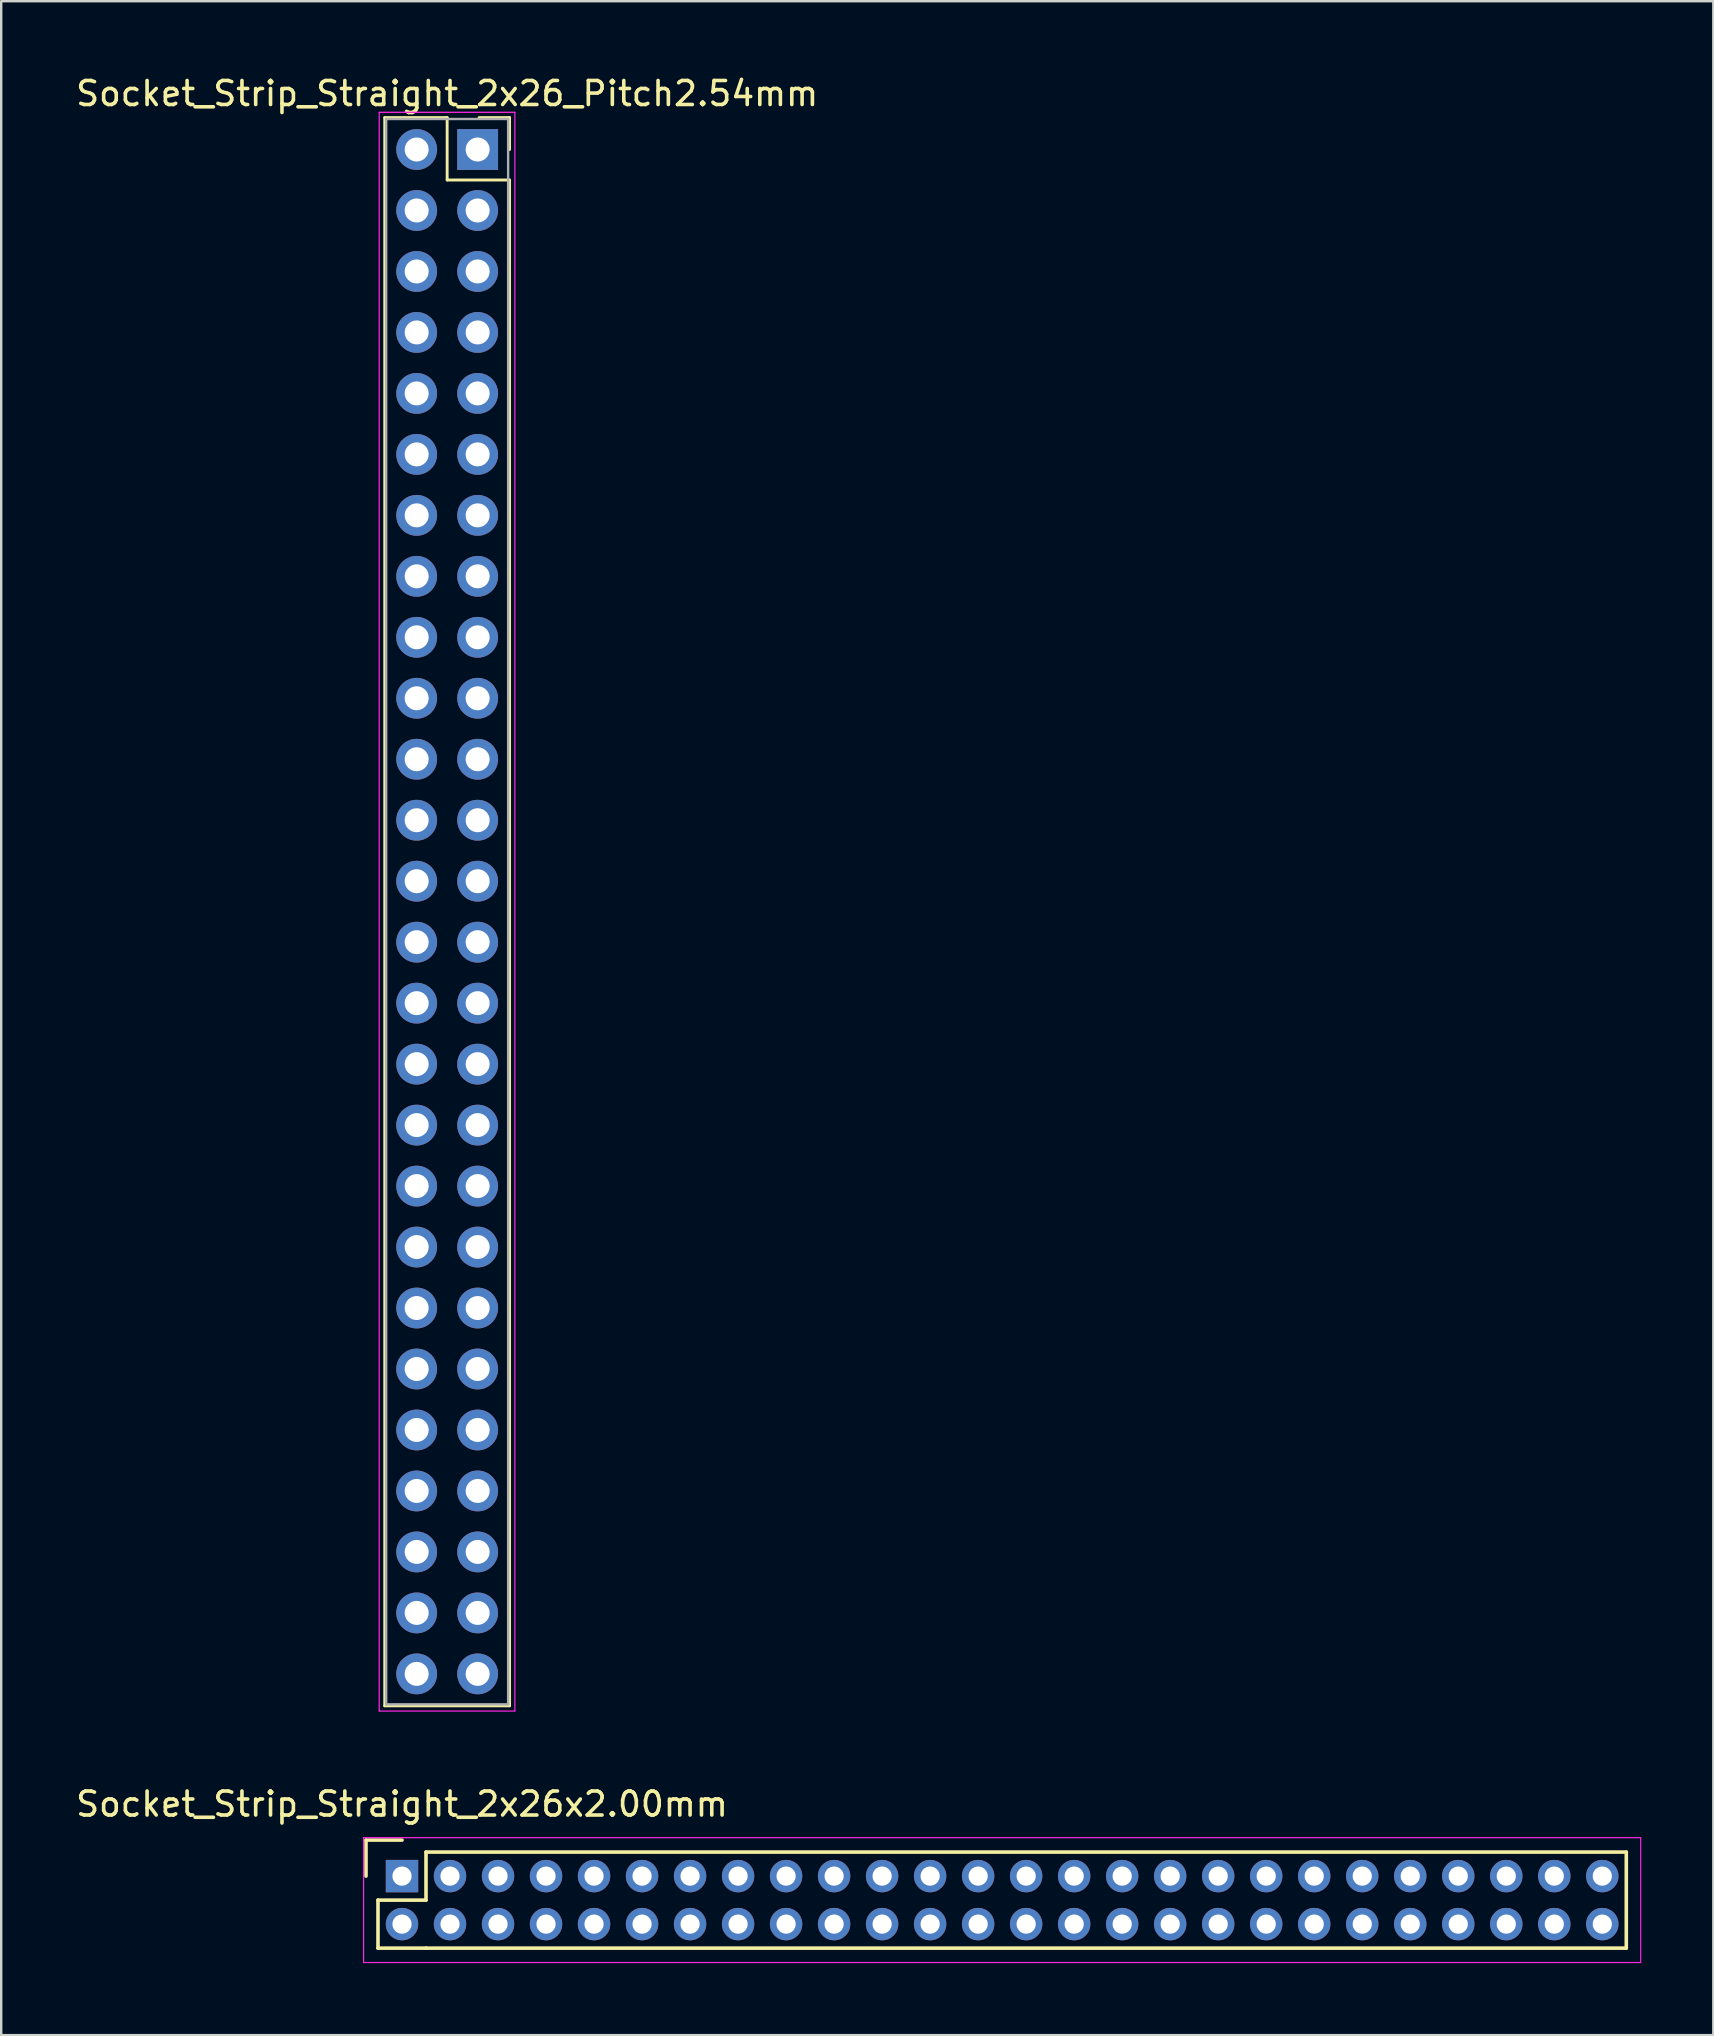
<source format=kicad_pcb>
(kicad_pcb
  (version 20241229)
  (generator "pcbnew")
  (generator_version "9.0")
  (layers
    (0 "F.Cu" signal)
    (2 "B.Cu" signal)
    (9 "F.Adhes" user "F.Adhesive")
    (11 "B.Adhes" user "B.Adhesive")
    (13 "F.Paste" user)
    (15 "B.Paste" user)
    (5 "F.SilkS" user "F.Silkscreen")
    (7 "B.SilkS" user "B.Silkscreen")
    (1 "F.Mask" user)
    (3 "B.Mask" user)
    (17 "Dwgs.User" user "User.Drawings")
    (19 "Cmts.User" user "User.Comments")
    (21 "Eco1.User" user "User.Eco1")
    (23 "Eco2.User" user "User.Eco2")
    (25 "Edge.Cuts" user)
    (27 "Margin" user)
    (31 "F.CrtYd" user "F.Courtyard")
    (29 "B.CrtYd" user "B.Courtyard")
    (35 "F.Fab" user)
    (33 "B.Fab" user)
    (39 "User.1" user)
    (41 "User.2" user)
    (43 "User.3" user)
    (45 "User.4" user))
  (footprint "Socket_Strip_Straight_2x26x2.00mm"
    (layer "F.Cu")
    (at 13.696 75.102)
    (property "Reference" "Socket_Strip_Straight_2x26x2.00mm" (at 0 -3 0) (layer "F.SilkS") (effects (font (size 1 1) (thickness 0.15))))
    (attr through_hole)
    (fp_line (start -1.5 -1.5) (end -1.5 0) (stroke (width 0.15) (type solid)) (layer "F.SilkS"))
    (fp_line (start -1 1) (end -1 3) (stroke (width 0.15) (type solid)) (layer "F.SilkS"))
    (fp_line (start -1 3) (end 1 3) (stroke (width 0.15) (type solid)) (layer "F.SilkS"))
    (fp_line (start 0 -1.5) (end -1.5 -1.5) (stroke (width 0.15) (type solid)) (layer "F.SilkS"))
    (fp_line (start 1 -1) (end 1 1) (stroke (width 0.15) (type solid)) (layer "F.SilkS"))
    (fp_line (start 1 1) (end -1 1) (stroke (width 0.15) (type solid)) (layer "F.SilkS"))
    (fp_line (start 1 3) (end 51 3) (stroke (width 0.15) (type solid)) (layer "F.SilkS"))
    (fp_line (start 51 -1) (end 1 -1) (stroke (width 0.15) (type solid)) (layer "F.SilkS"))
    (fp_line (start 51 3) (end 51 -1) (stroke (width 0.15) (type solid)) (layer "F.SilkS"))
    (fp_line (start -1.6 -1.6) (end -1.6 3.6) (stroke (width 0.05) (type solid)) (layer "F.CrtYd"))
    (fp_line (start -1.6 3.6) (end 51.6 3.6) (stroke (width 0.05) (type solid)) (layer "F.CrtYd"))
    (fp_line (start 51.6 -1.6) (end -1.6 -1.6) (stroke (width 0.05) (type solid)) (layer "F.CrtYd"))
    (fp_line (start 51.6 3.6) (end 51.6 -1.6) (stroke (width 0.05) (type solid)) (layer "F.CrtYd"))
    (pad "1" thru_hole rect (at 0 0) (size 1.35 1.35) (drill 0.8) (layers "*.Cu" "*.Mask"))
    (pad "2" thru_hole circle (at 0 2) (size 1.35 1.35) (drill 0.8) (layers "*.Cu" "*.Mask"))
    (pad "3" thru_hole circle (at 2 0) (size 1.35 1.35) (drill 0.8) (layers "*.Cu" "*.Mask"))
    (pad "4" thru_hole circle (at 2 2) (size 1.35 1.35) (drill 0.8) (layers "*.Cu" "*.Mask"))
    (pad "5" thru_hole circle (at 4 0) (size 1.35 1.35) (drill 0.8) (layers "*.Cu" "*.Mask"))
    (pad "6" thru_hole circle (at 4 2) (size 1.35 1.35) (drill 0.8) (layers "*.Cu" "*.Mask"))
    (pad "7" thru_hole circle (at 6 0) (size 1.35 1.35) (drill 0.8) (layers "*.Cu" "*.Mask"))
    (pad "8" thru_hole circle (at 6 2) (size 1.35 1.35) (drill 0.8) (layers "*.Cu" "*.Mask"))
    (pad "9" thru_hole circle (at 8 0) (size 1.35 1.35) (drill 0.8) (layers "*.Cu" "*.Mask"))
    (pad "10" thru_hole circle (at 8 2) (size 1.35 1.35) (drill 0.8) (layers "*.Cu" "*.Mask"))
    (pad "11" thru_hole circle (at 10 0) (size 1.35 1.35) (drill 0.8) (layers "*.Cu" "*.Mask"))
    (pad "12" thru_hole circle (at 10 2) (size 1.35 1.35) (drill 0.8) (layers "*.Cu" "*.Mask"))
    (pad "13" thru_hole circle (at 12 0) (size 1.35 1.35) (drill 0.8) (layers "*.Cu" "*.Mask"))
    (pad "14" thru_hole circle (at 12 2) (size 1.35 1.35) (drill 0.8) (layers "*.Cu" "*.Mask"))
    (pad "15" thru_hole circle (at 14 0) (size 1.35 1.35) (drill 0.8) (layers "*.Cu" "*.Mask"))
    (pad "16" thru_hole circle (at 14 2) (size 1.35 1.35) (drill 0.8) (layers "*.Cu" "*.Mask"))
    (pad "17" thru_hole circle (at 16 0) (size 1.35 1.35) (drill 0.8) (layers "*.Cu" "*.Mask"))
    (pad "18" thru_hole circle (at 16 2) (size 1.35 1.35) (drill 0.8) (layers "*.Cu" "*.Mask"))
    (pad "19" thru_hole circle (at 18 0) (size 1.35 1.35) (drill 0.8) (layers "*.Cu" "*.Mask"))
    (pad "20" thru_hole circle (at 18 2) (size 1.35 1.35) (drill 0.8) (layers "*.Cu" "*.Mask"))
    (pad "21" thru_hole circle (at 20 0) (size 1.35 1.35) (drill 0.8) (layers "*.Cu" "*.Mask"))
    (pad "22" thru_hole circle (at 20 2) (size 1.35 1.35) (drill 0.8) (layers "*.Cu" "*.Mask"))
    (pad "23" thru_hole circle (at 22 0) (size 1.35 1.35) (drill 0.8) (layers "*.Cu" "*.Mask"))
    (pad "24" thru_hole circle (at 22 2) (size 1.35 1.35) (drill 0.8) (layers "*.Cu" "*.Mask"))
    (pad "25" thru_hole circle (at 24 0) (size 1.35 1.35) (drill 0.8) (layers "*.Cu" "*.Mask"))
    (pad "26" thru_hole circle (at 24 2) (size 1.35 1.35) (drill 0.8) (layers "*.Cu" "*.Mask"))
    (pad "27" thru_hole circle (at 26 0) (size 1.35 1.35) (drill 0.8) (layers "*.Cu" "*.Mask"))
    (pad "28" thru_hole circle (at 26 2) (size 1.35 1.35) (drill 0.8) (layers "*.Cu" "*.Mask"))
    (pad "29" thru_hole circle (at 28 0) (size 1.35 1.35) (drill 0.8) (layers "*.Cu" "*.Mask"))
    (pad "30" thru_hole circle (at 28 2) (size 1.35 1.35) (drill 0.8) (layers "*.Cu" "*.Mask"))
    (pad "31" thru_hole circle (at 30 0) (size 1.35 1.35) (drill 0.8) (layers "*.Cu" "*.Mask"))
    (pad "32" thru_hole circle (at 30 2) (size 1.35 1.35) (drill 0.8) (layers "*.Cu" "*.Mask"))
    (pad "33" thru_hole circle (at 32 0) (size 1.35 1.35) (drill 0.8) (layers "*.Cu" "*.Mask"))
    (pad "34" thru_hole circle (at 32 2) (size 1.35 1.35) (drill 0.8) (layers "*.Cu" "*.Mask"))
    (pad "35" thru_hole circle (at 34 0) (size 1.35 1.35) (drill 0.8) (layers "*.Cu" "*.Mask"))
    (pad "36" thru_hole circle (at 34 2) (size 1.35 1.35) (drill 0.8) (layers "*.Cu" "*.Mask"))
    (pad "37" thru_hole circle (at 36 0) (size 1.35 1.35) (drill 0.8) (layers "*.Cu" "*.Mask"))
    (pad "38" thru_hole circle (at 36 2) (size 1.35 1.35) (drill 0.8) (layers "*.Cu" "*.Mask"))
    (pad "39" thru_hole circle (at 38 0) (size 1.35 1.35) (drill 0.8) (layers "*.Cu" "*.Mask"))
    (pad "40" thru_hole circle (at 38 2) (size 1.35 1.35) (drill 0.8) (layers "*.Cu" "*.Mask"))
    (pad "41" thru_hole circle (at 40 0) (size 1.35 1.35) (drill 0.8) (layers "*.Cu" "*.Mask"))
    (pad "42" thru_hole circle (at 40 2) (size 1.35 1.35) (drill 0.8) (layers "*.Cu" "*.Mask"))
    (pad "43" thru_hole circle (at 42 0) (size 1.35 1.35) (drill 0.8) (layers "*.Cu" "*.Mask"))
    (pad "44" thru_hole circle (at 42 2) (size 1.35 1.35) (drill 0.8) (layers "*.Cu" "*.Mask"))
    (pad "45" thru_hole circle (at 44 0) (size 1.35 1.35) (drill 0.8) (layers "*.Cu" "*.Mask"))
    (pad "46" thru_hole circle (at 44 2) (size 1.35 1.35) (drill 0.8) (layers "*.Cu" "*.Mask"))
    (pad "47" thru_hole circle (at 46 0) (size 1.35 1.35) (drill 0.8) (layers "*.Cu" "*.Mask"))
    (pad "48" thru_hole circle (at 46 2) (size 1.35 1.35) (drill 0.8) (layers "*.Cu" "*.Mask"))
    (pad "49" thru_hole circle (at 48 0) (size 1.35 1.35) (drill 0.8) (layers "*.Cu" "*.Mask"))
    (pad "50" thru_hole circle (at 48 2) (size 1.35 1.35) (drill 0.8) (layers "*.Cu" "*.Mask"))
    (pad "51" thru_hole circle (at 50 0) (size 1.35 1.35) (drill 0.8) (layers "*.Cu" "*.Mask"))
    (pad "52" thru_hole circle (at 50 2) (size 1.35 1.35) (drill 0.8) (layers "*.Cu" "*.Mask")))
  (footprint "Socket_Strip_Straight_2x26_Pitch2.54mm"
    (layer "F.Cu")
    (at 16.847 3.178)
    (property "Reference" "Socket_Strip_Straight_2x26_Pitch2.54mm" (at -1.27 -2.33 0) (layer "F.SilkS") (effects (font (size 1 1) (thickness 0.15))))
    (attr through_hole)
    (fp_line (start -3.87 -1.33) (end -1.27 -1.33) (stroke (width 0.12) (type solid)) (layer "F.SilkS"))
    (fp_line (start -3.87 64.83) (end -3.87 -1.33) (stroke (width 0.12) (type solid)) (layer "F.SilkS"))
    (fp_line (start -1.27 -1.33) (end -1.27 1.27) (stroke (width 0.12) (type solid)) (layer "F.SilkS"))
    (fp_line (start -1.27 1.27) (end 1.33 1.27) (stroke (width 0.12) (type solid)) (layer "F.SilkS"))
    (fp_line (start 1.33 -1.33) (end 0.06 -1.33) (stroke (width 0.12) (type solid)) (layer "F.SilkS"))
    (fp_line (start 1.33 0) (end 1.33 -1.33) (stroke (width 0.12) (type solid)) (layer "F.SilkS"))
    (fp_line (start 1.33 1.27) (end 1.33 64.83) (stroke (width 0.12) (type solid)) (layer "F.SilkS"))
    (fp_line (start 1.33 64.83) (end -3.87 64.83) (stroke (width 0.12) (type solid)) (layer "F.SilkS"))
    (fp_line (start -4.1 -1.55) (end -4.1 65.05) (stroke (width 0.05) (type solid)) (layer "F.CrtYd"))
    (fp_line (start -4.1 65.05) (end 1.55 65.05) (stroke (width 0.05) (type solid)) (layer "F.CrtYd"))
    (fp_line (start 1.55 -1.55) (end -4.1 -1.55) (stroke (width 0.05) (type solid)) (layer "F.CrtYd"))
    (fp_line (start 1.55 65.05) (end 1.55 -1.55) (stroke (width 0.05) (type solid)) (layer "F.CrtYd"))
    (fp_line (start -3.81 -1.27) (end -3.81 64.77) (stroke (width 0.1) (type solid)) (layer "F.Fab"))
    (fp_line (start -3.81 64.77) (end 1.27 64.77) (stroke (width 0.1) (type solid)) (layer "F.Fab"))
    (fp_line (start 1.27 -1.27) (end -3.81 -1.27) (stroke (width 0.1) (type solid)) (layer "F.Fab"))
    (fp_line (start 1.27 64.77) (end 1.27 -1.27) (stroke (width 0.1) (type solid)) (layer "F.Fab"))
    (pad "1" thru_hole rect (at 0 0) (size 1.7 1.7) (drill 1) (layers "*.Cu" "*.Mask"))
    (pad "2" thru_hole oval (at -2.54 0) (size 1.7 1.7) (drill 1) (layers "*.Cu" "*.Mask"))
    (pad "3" thru_hole oval (at 0 2.54) (size 1.7 1.7) (drill 1) (layers "*.Cu" "*.Mask"))
    (pad "4" thru_hole oval (at -2.54 2.54) (size 1.7 1.7) (drill 1) (layers "*.Cu" "*.Mask"))
    (pad "5" thru_hole oval (at 0 5.08) (size 1.7 1.7) (drill 1) (layers "*.Cu" "*.Mask"))
    (pad "6" thru_hole oval (at -2.54 5.08) (size 1.7 1.7) (drill 1) (layers "*.Cu" "*.Mask"))
    (pad "7" thru_hole oval (at 0 7.62) (size 1.7 1.7) (drill 1) (layers "*.Cu" "*.Mask"))
    (pad "8" thru_hole oval (at -2.54 7.62) (size 1.7 1.7) (drill 1) (layers "*.Cu" "*.Mask"))
    (pad "9" thru_hole oval (at 0 10.16) (size 1.7 1.7) (drill 1) (layers "*.Cu" "*.Mask"))
    (pad "10" thru_hole oval (at -2.54 10.16) (size 1.7 1.7) (drill 1) (layers "*.Cu" "*.Mask"))
    (pad "11" thru_hole oval (at 0 12.7) (size 1.7 1.7) (drill 1) (layers "*.Cu" "*.Mask"))
    (pad "12" thru_hole oval (at -2.54 12.7) (size 1.7 1.7) (drill 1) (layers "*.Cu" "*.Mask"))
    (pad "13" thru_hole oval (at 0 15.24) (size 1.7 1.7) (drill 1) (layers "*.Cu" "*.Mask"))
    (pad "14" thru_hole oval (at -2.54 15.24) (size 1.7 1.7) (drill 1) (layers "*.Cu" "*.Mask"))
    (pad "15" thru_hole oval (at 0 17.78) (size 1.7 1.7) (drill 1) (layers "*.Cu" "*.Mask"))
    (pad "16" thru_hole oval (at -2.54 17.78) (size 1.7 1.7) (drill 1) (layers "*.Cu" "*.Mask"))
    (pad "17" thru_hole oval (at 0 20.32) (size 1.7 1.7) (drill 1) (layers "*.Cu" "*.Mask"))
    (pad "18" thru_hole oval (at -2.54 20.32) (size 1.7 1.7) (drill 1) (layers "*.Cu" "*.Mask"))
    (pad "19" thru_hole oval (at 0 22.86) (size 1.7 1.7) (drill 1) (layers "*.Cu" "*.Mask"))
    (pad "20" thru_hole oval (at -2.54 22.86) (size 1.7 1.7) (drill 1) (layers "*.Cu" "*.Mask"))
    (pad "21" thru_hole oval (at 0 25.4) (size 1.7 1.7) (drill 1) (layers "*.Cu" "*.Mask"))
    (pad "22" thru_hole oval (at -2.54 25.4) (size 1.7 1.7) (drill 1) (layers "*.Cu" "*.Mask"))
    (pad "23" thru_hole oval (at 0 27.94) (size 1.7 1.7) (drill 1) (layers "*.Cu" "*.Mask"))
    (pad "24" thru_hole oval (at -2.54 27.94) (size 1.7 1.7) (drill 1) (layers "*.Cu" "*.Mask"))
    (pad "25" thru_hole oval (at 0 30.48) (size 1.7 1.7) (drill 1) (layers "*.Cu" "*.Mask"))
    (pad "26" thru_hole oval (at -2.54 30.48) (size 1.7 1.7) (drill 1) (layers "*.Cu" "*.Mask"))
    (pad "27" thru_hole oval (at 0 33.02) (size 1.7 1.7) (drill 1) (layers "*.Cu" "*.Mask"))
    (pad "28" thru_hole oval (at -2.54 33.02) (size 1.7 1.7) (drill 1) (layers "*.Cu" "*.Mask"))
    (pad "29" thru_hole oval (at 0 35.56) (size 1.7 1.7) (drill 1) (layers "*.Cu" "*.Mask"))
    (pad "30" thru_hole oval (at -2.54 35.56) (size 1.7 1.7) (drill 1) (layers "*.Cu" "*.Mask"))
    (pad "31" thru_hole oval (at 0 38.1) (size 1.7 1.7) (drill 1) (layers "*.Cu" "*.Mask"))
    (pad "32" thru_hole oval (at -2.54 38.1) (size 1.7 1.7) (drill 1) (layers "*.Cu" "*.Mask"))
    (pad "33" thru_hole oval (at 0 40.64) (size 1.7 1.7) (drill 1) (layers "*.Cu" "*.Mask"))
    (pad "34" thru_hole oval (at -2.54 40.64) (size 1.7 1.7) (drill 1) (layers "*.Cu" "*.Mask"))
    (pad "35" thru_hole oval (at 0 43.18) (size 1.7 1.7) (drill 1) (layers "*.Cu" "*.Mask"))
    (pad "36" thru_hole oval (at -2.54 43.18) (size 1.7 1.7) (drill 1) (layers "*.Cu" "*.Mask"))
    (pad "37" thru_hole oval (at 0 45.72) (size 1.7 1.7) (drill 1) (layers "*.Cu" "*.Mask"))
    (pad "38" thru_hole oval (at -2.54 45.72) (size 1.7 1.7) (drill 1) (layers "*.Cu" "*.Mask"))
    (pad "39" thru_hole oval (at 0 48.26) (size 1.7 1.7) (drill 1) (layers "*.Cu" "*.Mask"))
    (pad "40" thru_hole oval (at -2.54 48.26) (size 1.7 1.7) (drill 1) (layers "*.Cu" "*.Mask"))
    (pad "41" thru_hole oval (at 0 50.8) (size 1.7 1.7) (drill 1) (layers "*.Cu" "*.Mask"))
    (pad "42" thru_hole oval (at -2.54 50.8) (size 1.7 1.7) (drill 1) (layers "*.Cu" "*.Mask"))
    (pad "43" thru_hole oval (at 0 53.34) (size 1.7 1.7) (drill 1) (layers "*.Cu" "*.Mask"))
    (pad "44" thru_hole oval (at -2.54 53.34) (size 1.7 1.7) (drill 1) (layers "*.Cu" "*.Mask"))
    (pad "45" thru_hole oval (at 0 55.88) (size 1.7 1.7) (drill 1) (layers "*.Cu" "*.Mask"))
    (pad "46" thru_hole oval (at -2.54 55.88) (size 1.7 1.7) (drill 1) (layers "*.Cu" "*.Mask"))
    (pad "47" thru_hole oval (at 0 58.42) (size 1.7 1.7) (drill 1) (layers "*.Cu" "*.Mask"))
    (pad "48" thru_hole oval (at -2.54 58.42) (size 1.7 1.7) (drill 1) (layers "*.Cu" "*.Mask"))
    (pad "49" thru_hole oval (at 0 60.96) (size 1.7 1.7) (drill 1) (layers "*.Cu" "*.Mask"))
    (pad "50" thru_hole oval (at -2.54 60.96) (size 1.7 1.7) (drill 1) (layers "*.Cu" "*.Mask"))
    (pad "51" thru_hole oval (at 0 63.5) (size 1.7 1.7) (drill 1) (layers "*.Cu" "*.Mask"))
    (pad "52" thru_hole oval (at -2.54 63.5) (size 1.7 1.7) (drill 1) (layers "*.Cu" "*.Mask")))
  (gr_rect
    (start -3 -3)
    (end 68.321 81.727)
    (stroke (width 0.1) (type default))
    (fill no)
    (layer "Edge.Cuts")))
</source>
